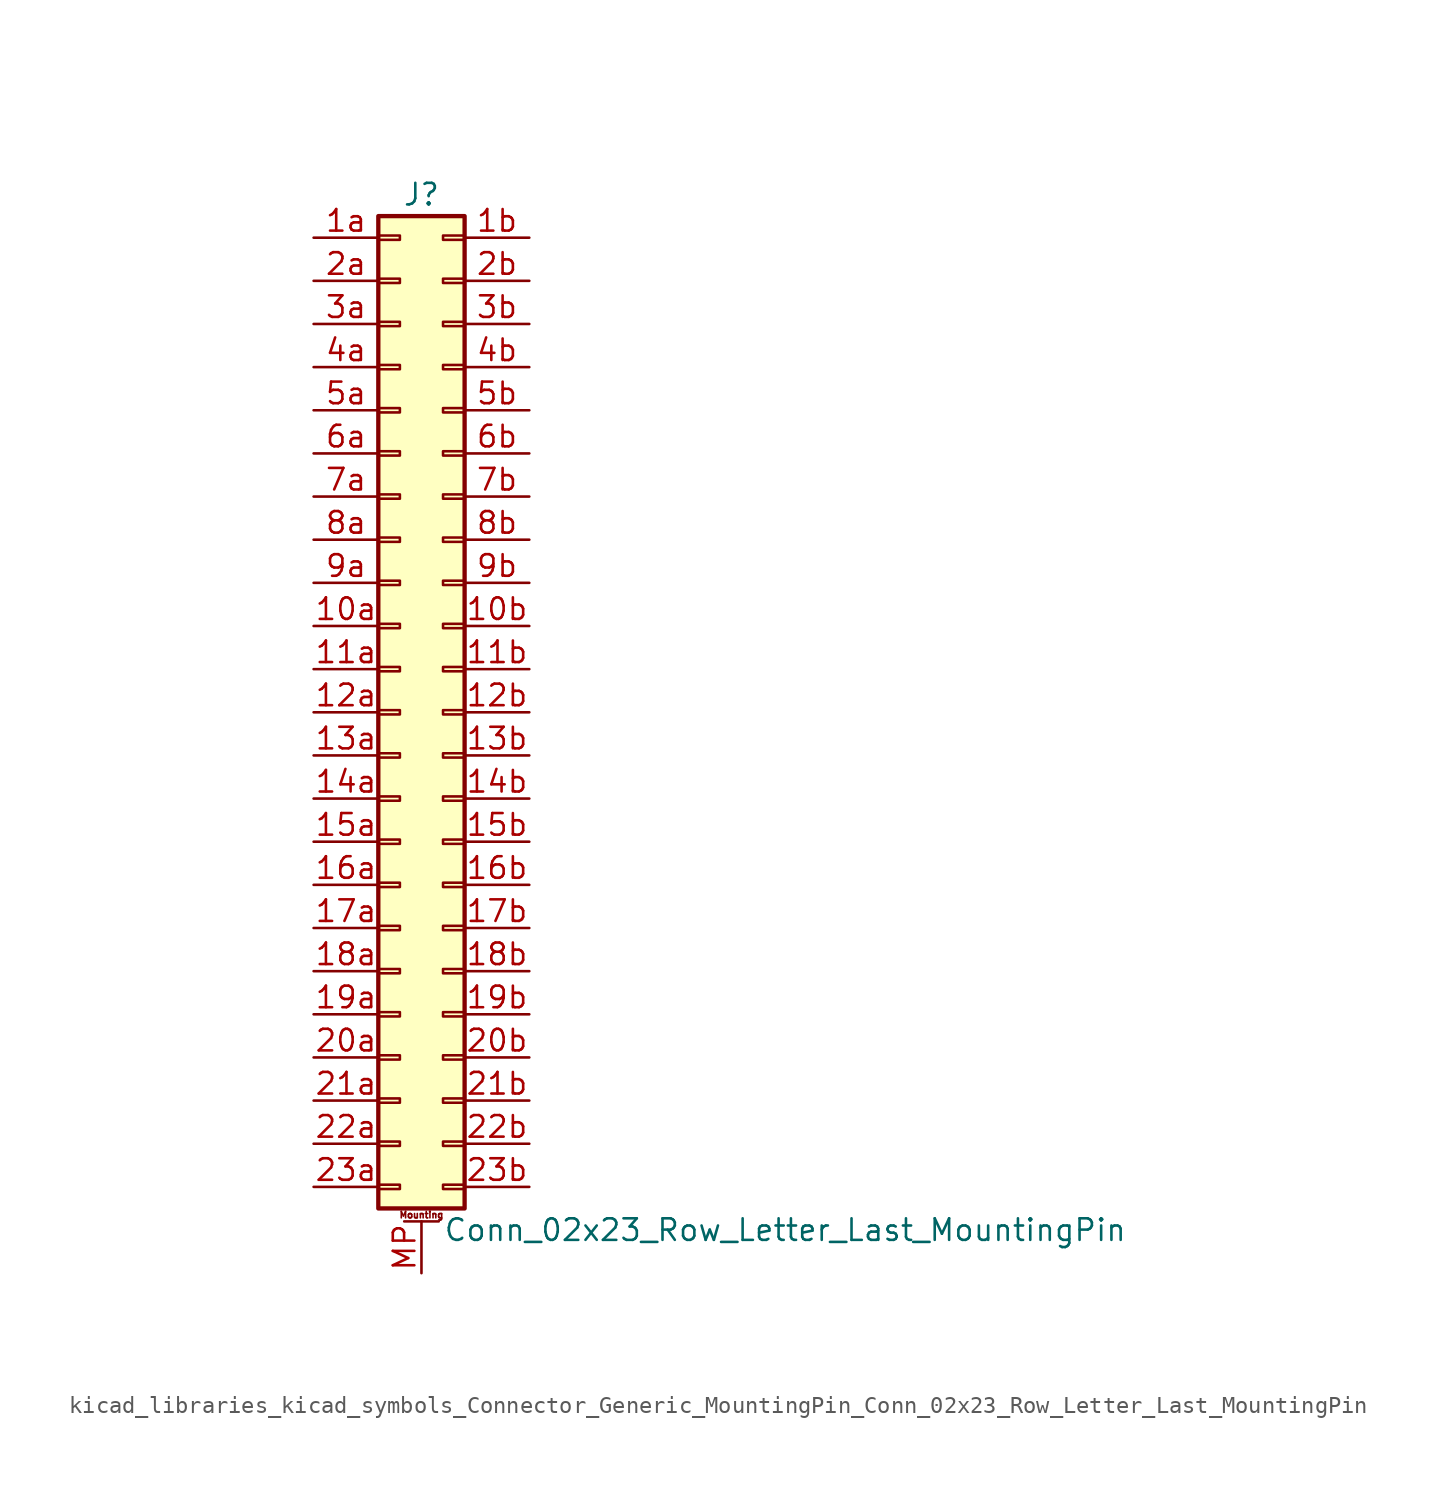
<source format=kicad_sym>
(kicad_symbol_lib
  (version 20220914)
  (generator kicad_symbol_editor)
  (symbol "kicad_libraries_kicad_symbols_Connector_Generic_MountingPin_Conn_02x23_Row_Letter_Last_MountingPin"
    (pin_names
      (offset 1.016) hide)
    (property "Reference" "J"
      (at 1.27 30.48 0)
      (effects (font (size 1.27 1.27))))
    (property "Value" "Conn_02x23_Row_Letter_Last_MountingPin"
      (at 2.54 -30.48 0)
      (effects (font (size 1.27 1.27)) (justify left)))
    (symbol "kicad_libraries_kicad_symbols_Connector_Generic_MountingPin_Conn_02x23_Row_Letter_Last_MountingPin_1_1"
      (rectangle (start -1.27 -27.813) (end 0 -28.067) (stroke (width 0.152) (type default)) (fill (type none)))
      (rectangle (start -1.27 -25.273) (end 0 -25.527) (stroke (width 0.152) (type default)) (fill (type none)))
      (rectangle (start -1.27 -22.733) (end 0 -22.987) (stroke (width 0.152) (type default)) (fill (type none)))
      (rectangle (start -1.27 -20.193) (end 0 -20.447) (stroke (width 0.152) (type default)) (fill (type none)))
      (rectangle (start -1.27 -17.653) (end 0 -17.907) (stroke (width 0.152) (type default)) (fill (type none)))
      (rectangle (start -1.27 -15.113) (end 0 -15.367) (stroke (width 0.152) (type default)) (fill (type none)))
      (rectangle (start -1.27 -12.573) (end 0 -12.827) (stroke (width 0.152) (type default)) (fill (type none)))
      (rectangle (start -1.27 -10.033) (end 0 -10.287) (stroke (width 0.152) (type default)) (fill (type none)))
      (rectangle (start -1.27 -7.493) (end 0 -7.747) (stroke (width 0.152) (type default)) (fill (type none)))
      (rectangle (start -1.27 -4.953) (end 0 -5.207) (stroke (width 0.152) (type default)) (fill (type none)))
      (rectangle (start -1.27 -2.413) (end 0 -2.667) (stroke (width 0.152) (type default)) (fill (type none)))
      (rectangle (start -1.27 0.127) (end 0 -0.127) (stroke (width 0.152) (type default)) (fill (type none)))
      (rectangle (start -1.27 2.667) (end 0 2.413) (stroke (width 0.152) (type default)) (fill (type none)))
      (rectangle (start -1.27 5.207) (end 0 4.953) (stroke (width 0.152) (type default)) (fill (type none)))
      (rectangle (start -1.27 7.747) (end 0 7.493) (stroke (width 0.152) (type default)) (fill (type none)))
      (rectangle (start -1.27 10.287) (end 0 10.033) (stroke (width 0.152) (type default)) (fill (type none)))
      (rectangle (start -1.27 12.827) (end 0 12.573) (stroke (width 0.152) (type default)) (fill (type none)))
      (rectangle (start -1.27 15.367) (end 0 15.113) (stroke (width 0.152) (type default)) (fill (type none)))
      (rectangle (start -1.27 17.907) (end 0 17.653) (stroke (width 0.152) (type default)) (fill (type none)))
      (rectangle (start -1.27 20.447) (end 0 20.193) (stroke (width 0.152) (type default)) (fill (type none)))
      (rectangle (start -1.27 22.987) (end 0 22.733) (stroke (width 0.152) (type default)) (fill (type none)))
      (rectangle (start -1.27 25.527) (end 0 25.273) (stroke (width 0.152) (type default)) (fill (type none)))
      (rectangle (start -1.27 28.067) (end 0 27.813) (stroke (width 0.152) (type default)) (fill (type none)))
      (rectangle (start -1.27 29.21) (end 3.81 -29.21) (stroke (width 0.254) (type default)) (fill (type background)))
      (polyline (pts (xy 0.254 -29.972) (xy 2.286 -29.972)) (stroke (width 0.152) (type default)) (fill (type none)))
      (rectangle (start 3.81 -27.813) (end 2.54 -28.067) (stroke (width 0.152) (type default)) (fill (type none)))
      (rectangle (start 3.81 -25.273) (end 2.54 -25.527) (stroke (width 0.152) (type default)) (fill (type none)))
      (rectangle (start 3.81 -22.733) (end 2.54 -22.987) (stroke (width 0.152) (type default)) (fill (type none)))
      (rectangle (start 3.81 -20.193) (end 2.54 -20.447) (stroke (width 0.152) (type default)) (fill (type none)))
      (rectangle (start 3.81 -17.653) (end 2.54 -17.907) (stroke (width 0.152) (type default)) (fill (type none)))
      (rectangle (start 3.81 -15.113) (end 2.54 -15.367) (stroke (width 0.152) (type default)) (fill (type none)))
      (rectangle (start 3.81 -12.573) (end 2.54 -12.827) (stroke (width 0.152) (type default)) (fill (type none)))
      (rectangle (start 3.81 -10.033) (end 2.54 -10.287) (stroke (width 0.152) (type default)) (fill (type none)))
      (rectangle (start 3.81 -7.493) (end 2.54 -7.747) (stroke (width 0.152) (type default)) (fill (type none)))
      (rectangle (start 3.81 -4.953) (end 2.54 -5.207) (stroke (width 0.152) (type default)) (fill (type none)))
      (rectangle (start 3.81 -2.413) (end 2.54 -2.667) (stroke (width 0.152) (type default)) (fill (type none)))
      (rectangle (start 3.81 0.127) (end 2.54 -0.127) (stroke (width 0.152) (type default)) (fill (type none)))
      (rectangle (start 3.81 2.667) (end 2.54 2.413) (stroke (width 0.152) (type default)) (fill (type none)))
      (rectangle (start 3.81 5.207) (end 2.54 4.953) (stroke (width 0.152) (type default)) (fill (type none)))
      (rectangle (start 3.81 7.747) (end 2.54 7.493) (stroke (width 0.152) (type default)) (fill (type none)))
      (rectangle (start 3.81 10.287) (end 2.54 10.033) (stroke (width 0.152) (type default)) (fill (type none)))
      (rectangle (start 3.81 12.827) (end 2.54 12.573) (stroke (width 0.152) (type default)) (fill (type none)))
      (rectangle (start 3.81 15.367) (end 2.54 15.113) (stroke (width 0.152) (type default)) (fill (type none)))
      (rectangle (start 3.81 17.907) (end 2.54 17.653) (stroke (width 0.152) (type default)) (fill (type none)))
      (rectangle (start 3.81 20.447) (end 2.54 20.193) (stroke (width 0.152) (type default)) (fill (type none)))
      (rectangle (start 3.81 22.987) (end 2.54 22.733) (stroke (width 0.152) (type default)) (fill (type none)))
      (rectangle (start 3.81 25.527) (end 2.54 25.273) (stroke (width 0.152) (type default)) (fill (type none)))
      (rectangle (start 3.81 28.067) (end 2.54 27.813) (stroke (width 0.152) (type default)) (fill (type none)))
      (text "Mounting" (at 1.27 -29.591 0) (effects (font (size 0.381 0.381))))
      (pin passive line (at -5.08 5.08 0) (length 3.81) (name "Pin_10a" (effects (font (size 1.27 1.27)))) (number "10a" (effects (font (size 1.27 1.27)))))
      (pin passive line (at 7.62 5.08 180) (length 3.81) (name "Pin_10b" (effects (font (size 1.27 1.27)))) (number "10b" (effects (font (size 1.27 1.27)))))
      (pin passive line (at -5.08 2.54 0) (length 3.81) (name "Pin_11a" (effects (font (size 1.27 1.27)))) (number "11a" (effects (font (size 1.27 1.27)))))
      (pin passive line (at 7.62 2.54 180) (length 3.81) (name "Pin_11b" (effects (font (size 1.27 1.27)))) (number "11b" (effects (font (size 1.27 1.27)))))
      (pin passive line (at -5.08 0 0) (length 3.81) (name "Pin_12a" (effects (font (size 1.27 1.27)))) (number "12a" (effects (font (size 1.27 1.27)))))
      (pin passive line (at 7.62 0 180) (length 3.81) (name "Pin_12b" (effects (font (size 1.27 1.27)))) (number "12b" (effects (font (size 1.27 1.27)))))
      (pin passive line (at -5.08 -2.54 0) (length 3.81) (name "Pin_13a" (effects (font (size 1.27 1.27)))) (number "13a" (effects (font (size 1.27 1.27)))))
      (pin passive line (at 7.62 -2.54 180) (length 3.81) (name "Pin_13b" (effects (font (size 1.27 1.27)))) (number "13b" (effects (font (size 1.27 1.27)))))
      (pin passive line (at -5.08 -5.08 0) (length 3.81) (name "Pin_14a" (effects (font (size 1.27 1.27)))) (number "14a" (effects (font (size 1.27 1.27)))))
      (pin passive line (at 7.62 -5.08 180) (length 3.81) (name "Pin_14b" (effects (font (size 1.27 1.27)))) (number "14b" (effects (font (size 1.27 1.27)))))
      (pin passive line (at -5.08 -7.62 0) (length 3.81) (name "Pin_15a" (effects (font (size 1.27 1.27)))) (number "15a" (effects (font (size 1.27 1.27)))))
      (pin passive line (at 7.62 -7.62 180) (length 3.81) (name "Pin_15b" (effects (font (size 1.27 1.27)))) (number "15b" (effects (font (size 1.27 1.27)))))
      (pin passive line (at -5.08 -10.16 0) (length 3.81) (name "Pin_16a" (effects (font (size 1.27 1.27)))) (number "16a" (effects (font (size 1.27 1.27)))))
      (pin passive line (at 7.62 -10.16 180) (length 3.81) (name "Pin_16b" (effects (font (size 1.27 1.27)))) (number "16b" (effects (font (size 1.27 1.27)))))
      (pin passive line (at -5.08 -12.7 0) (length 3.81) (name "Pin_17a" (effects (font (size 1.27 1.27)))) (number "17a" (effects (font (size 1.27 1.27)))))
      (pin passive line (at 7.62 -12.7 180) (length 3.81) (name "Pin_17b" (effects (font (size 1.27 1.27)))) (number "17b" (effects (font (size 1.27 1.27)))))
      (pin passive line (at -5.08 -15.24 0) (length 3.81) (name "Pin_18a" (effects (font (size 1.27 1.27)))) (number "18a" (effects (font (size 1.27 1.27)))))
      (pin passive line (at 7.62 -15.24 180) (length 3.81) (name "Pin_18b" (effects (font (size 1.27 1.27)))) (number "18b" (effects (font (size 1.27 1.27)))))
      (pin passive line (at -5.08 -17.78 0) (length 3.81) (name "Pin_19a" (effects (font (size 1.27 1.27)))) (number "19a" (effects (font (size 1.27 1.27)))))
      (pin passive line (at 7.62 -17.78 180) (length 3.81) (name "Pin_19b" (effects (font (size 1.27 1.27)))) (number "19b" (effects (font (size 1.27 1.27)))))
      (pin passive line (at -5.08 27.94 0) (length 3.81) (name "Pin_1a" (effects (font (size 1.27 1.27)))) (number "1a" (effects (font (size 1.27 1.27)))))
      (pin passive line (at 7.62 27.94 180) (length 3.81) (name "Pin_1b" (effects (font (size 1.27 1.27)))) (number "1b" (effects (font (size 1.27 1.27)))))
      (pin passive line (at -5.08 -20.32 0) (length 3.81) (name "Pin_20a" (effects (font (size 1.27 1.27)))) (number "20a" (effects (font (size 1.27 1.27)))))
      (pin passive line (at 7.62 -20.32 180) (length 3.81) (name "Pin_20b" (effects (font (size 1.27 1.27)))) (number "20b" (effects (font (size 1.27 1.27)))))
      (pin passive line (at -5.08 -22.86 0) (length 3.81) (name "Pin_21a" (effects (font (size 1.27 1.27)))) (number "21a" (effects (font (size 1.27 1.27)))))
      (pin passive line (at 7.62 -22.86 180) (length 3.81) (name "Pin_21b" (effects (font (size 1.27 1.27)))) (number "21b" (effects (font (size 1.27 1.27)))))
      (pin passive line (at -5.08 -25.4 0) (length 3.81) (name "Pin_22a" (effects (font (size 1.27 1.27)))) (number "22a" (effects (font (size 1.27 1.27)))))
      (pin passive line (at 7.62 -25.4 180) (length 3.81) (name "Pin_22b" (effects (font (size 1.27 1.27)))) (number "22b" (effects (font (size 1.27 1.27)))))
      (pin passive line (at -5.08 -27.94 0) (length 3.81) (name "Pin_23a" (effects (font (size 1.27 1.27)))) (number "23a" (effects (font (size 1.27 1.27)))))
      (pin passive line (at 7.62 -27.94 180) (length 3.81) (name "Pin_23b" (effects (font (size 1.27 1.27)))) (number "23b" (effects (font (size 1.27 1.27)))))
      (pin passive line (at -5.08 25.4 0) (length 3.81) (name "Pin_2a" (effects (font (size 1.27 1.27)))) (number "2a" (effects (font (size 1.27 1.27)))))
      (pin passive line (at 7.62 25.4 180) (length 3.81) (name "Pin_2b" (effects (font (size 1.27 1.27)))) (number "2b" (effects (font (size 1.27 1.27)))))
      (pin passive line (at -5.08 22.86 0) (length 3.81) (name "Pin_3a" (effects (font (size 1.27 1.27)))) (number "3a" (effects (font (size 1.27 1.27)))))
      (pin passive line (at 7.62 22.86 180) (length 3.81) (name "Pin_3b" (effects (font (size 1.27 1.27)))) (number "3b" (effects (font (size 1.27 1.27)))))
      (pin passive line (at -5.08 20.32 0) (length 3.81) (name "Pin_4a" (effects (font (size 1.27 1.27)))) (number "4a" (effects (font (size 1.27 1.27)))))
      (pin passive line (at 7.62 20.32 180) (length 3.81) (name "Pin_4b" (effects (font (size 1.27 1.27)))) (number "4b" (effects (font (size 1.27 1.27)))))
      (pin passive line (at -5.08 17.78 0) (length 3.81) (name "Pin_5a" (effects (font (size 1.27 1.27)))) (number "5a" (effects (font (size 1.27 1.27)))))
      (pin passive line (at 7.62 17.78 180) (length 3.81) (name "Pin_5b" (effects (font (size 1.27 1.27)))) (number "5b" (effects (font (size 1.27 1.27)))))
      (pin passive line (at -5.08 15.24 0) (length 3.81) (name "Pin_6a" (effects (font (size 1.27 1.27)))) (number "6a" (effects (font (size 1.27 1.27)))))
      (pin passive line (at 7.62 15.24 180) (length 3.81) (name "Pin_6b" (effects (font (size 1.27 1.27)))) (number "6b" (effects (font (size 1.27 1.27)))))
      (pin passive line (at -5.08 12.7 0) (length 3.81) (name "Pin_7a" (effects (font (size 1.27 1.27)))) (number "7a" (effects (font (size 1.27 1.27)))))
      (pin passive line (at 7.62 12.7 180) (length 3.81) (name "Pin_7b" (effects (font (size 1.27 1.27)))) (number "7b" (effects (font (size 1.27 1.27)))))
      (pin passive line (at -5.08 10.16 0) (length 3.81) (name "Pin_8a" (effects (font (size 1.27 1.27)))) (number "8a" (effects (font (size 1.27 1.27)))))
      (pin passive line (at 7.62 10.16 180) (length 3.81) (name "Pin_8b" (effects (font (size 1.27 1.27)))) (number "8b" (effects (font (size 1.27 1.27)))))
      (pin passive line (at -5.08 7.62 0) (length 3.81) (name "Pin_9a" (effects (font (size 1.27 1.27)))) (number "9a" (effects (font (size 1.27 1.27)))))
      (pin passive line (at 7.62 7.62 180) (length 3.81) (name "Pin_9b" (effects (font (size 1.27 1.27)))) (number "9b" (effects (font (size 1.27 1.27)))))
      (pin passive line (at 1.27 -33.02 90) (length 3.048) (name "MountPin" (effects (font (size 1.27 1.27)))) (number "MP" (effects (font (size 1.27 1.27))))))))
</source>
